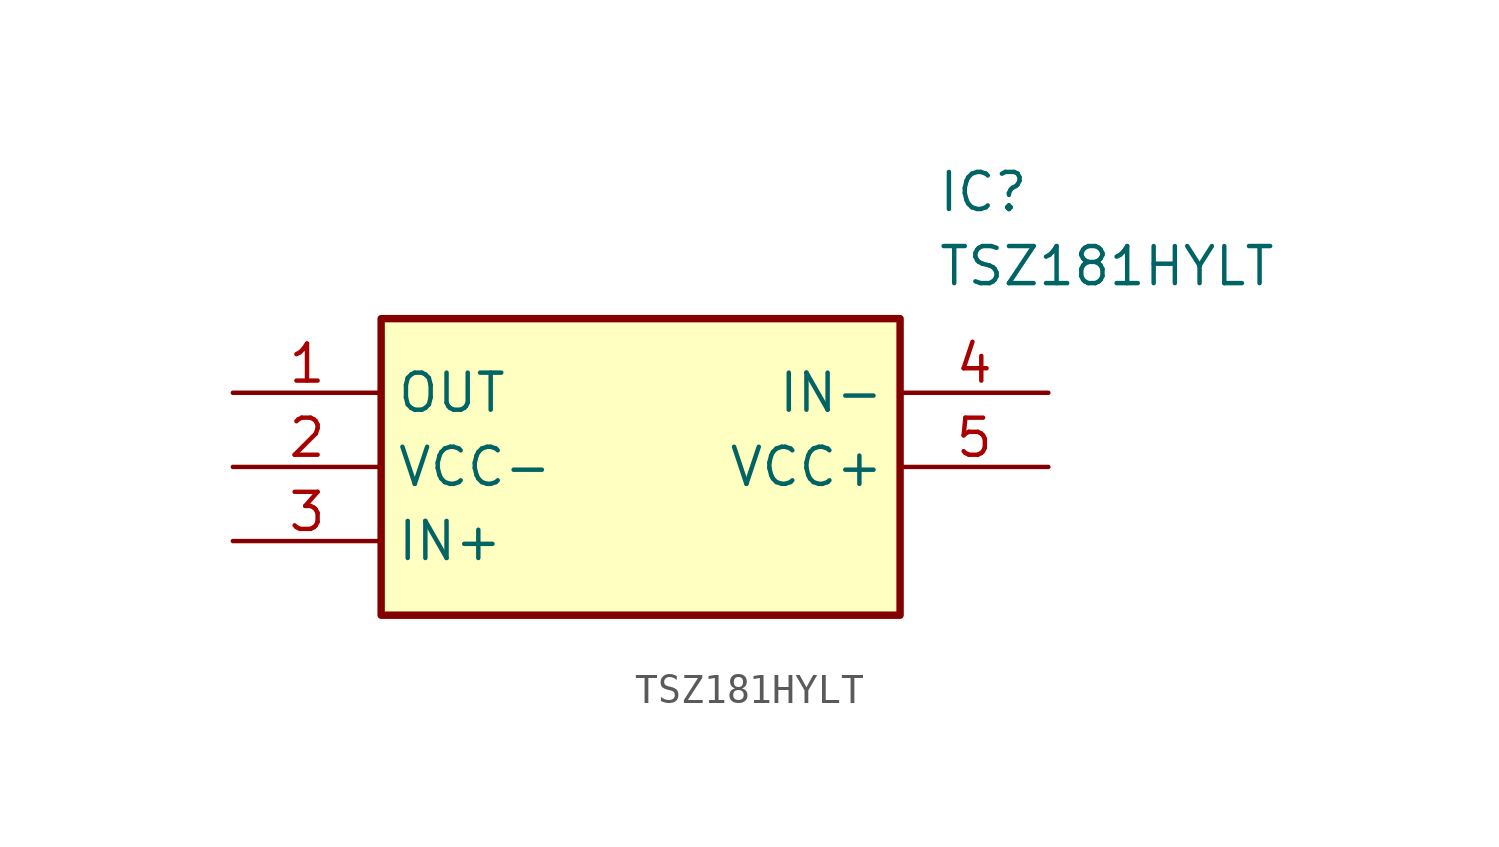
<source format=kicad_sym>
(kicad_symbol_lib
  (version 20211014)
  (generator SamacSys_ECAD_Model)
  (symbol "TSZ181HYLT"
    (property "Reference" "IC"
      (at 24.13 7.62 0)
      (effects (font (size 1.27 1.27)) (justify left top)))
    (property "Value" "TSZ181HYLT"
      (at 24.13 5.08 0)
      (effects (font (size 1.27 1.27)) (justify left top)))
    (rectangle
      (start 5.08 2.54)
      (end 22.86 -7.62)
      (stroke (width 0.254) (type default))
      (fill (type background)))
    (pin passive line
      (at 0 0 0)
      (length 5.08)
      (name "OUT" (effects (font (size 1.27 1.27))))
      (number "1" (effects (font (size 1.27 1.27)))))
    (pin passive line
      (at 0 -2.54 0)
      (length 5.08)
      (name "VCC-" (effects (font (size 1.27 1.27))))
      (number "2" (effects (font (size 1.27 1.27)))))
    (pin passive line
      (at 0 -5.08 0)
      (length 5.08)
      (name "IN+" (effects (font (size 1.27 1.27))))
      (number "3" (effects (font (size 1.27 1.27)))))
    (pin passive line
      (at 27.94 0 180)
      (length 5.08)
      (name "IN-" (effects (font (size 1.27 1.27))))
      (number "4" (effects (font (size 1.27 1.27)))))
    (pin passive line
      (at 27.94 -2.54 180)
      (length 5.08)
      (name "VCC+" (effects (font (size 1.27 1.27))))
      (number "5" (effects (font (size 1.27 1.27)))))))
</source>
